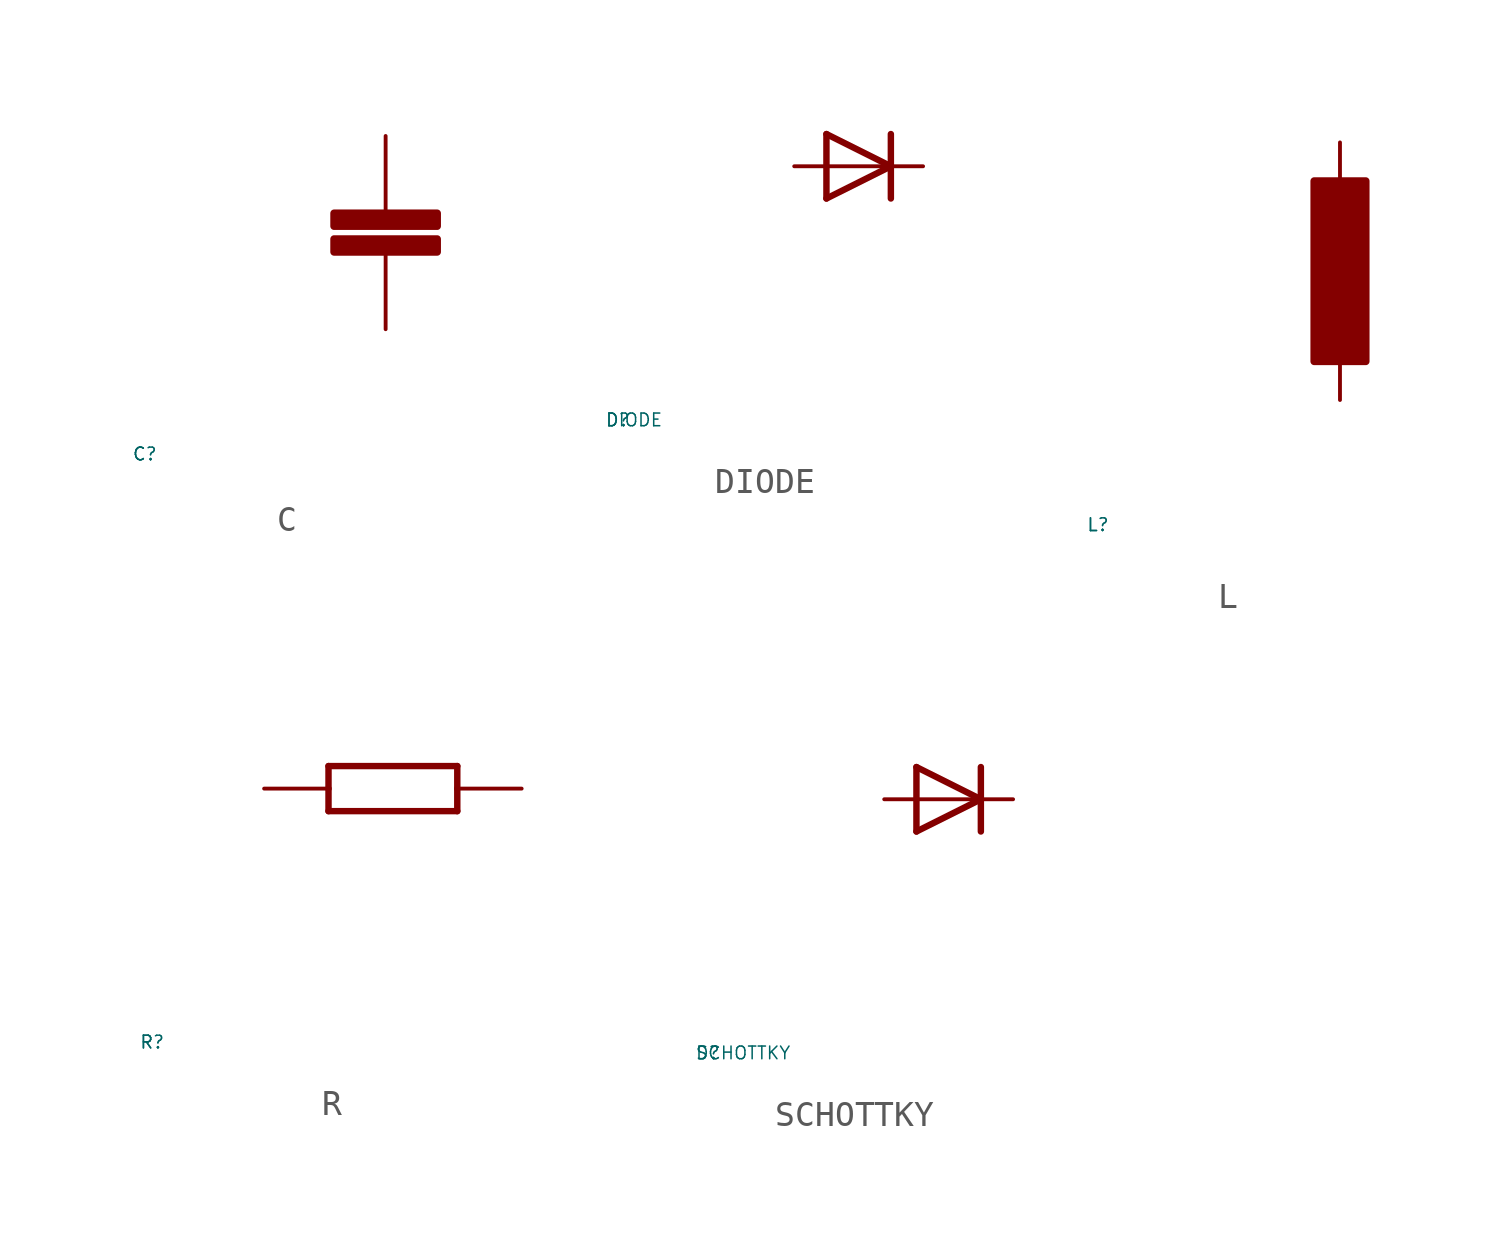
<source format=kicad_sym>
(kicad_symbol_lib
  (version 20220914)
  (generator Eagle2Kicad)
  (symbol "C"
    (property "Reference" "C"
      (at -10 -10 0)
      (effects (font (size 0.5 0.5) (thickness 0.06)) (justify left)))
    (property "Value" "C"
      (at -10 -10 0)
      (effects (font (size 0.5 0.5) (thickness 0.06)) (justify left)))
    (polyline
      (pts (xy 0 -5.08) (xy 0 -2.032))
      (stroke (width 0.152) (type default))
      (fill (type none)))
    (polyline
      (pts (xy 0 -0.508) (xy 0 2.54))
      (stroke (width 0.152) (type default))
      (fill (type none)))
    (rectangle
      (start -2.032 -2.032)
      (end 2.032 -1.524)
      (stroke (width 0.3) (type default))
      (fill (type outline)))
    (rectangle
      (start -2.032 -1.016)
      (end 2.032 -0.508)
      (stroke (width 0.3) (type default))
      (fill (type outline))))
  (symbol "DIODE"
    (property "Reference" "D"
      (at -10 -10 0)
      (effects (font (size 0.5 0.5) (thickness 0.06)) (justify left)))
    (property "Value" "DIODE"
      (at -10 -10 0)
      (effects (font (size 0.5 0.5) (thickness 0.06)) (justify left)))
    (polyline
      (pts (xy -1.27 -1.27) (xy 1.27 0))
      (stroke (width 0.254) (type default))
      (fill (type none)))
    (polyline
      (pts (xy 1.27 0) (xy -1.27 1.27))
      (stroke (width 0.254) (type default))
      (fill (type none)))
    (polyline
      (pts (xy 1.27 1.27) (xy 1.27 0))
      (stroke (width 0.254) (type default))
      (fill (type none)))
    (polyline
      (pts (xy -1.27 1.27) (xy -1.27 -1.27))
      (stroke (width 0.254) (type default))
      (fill (type none)))
    (polyline
      (pts (xy 1.27 0) (xy 1.27 -1.27))
      (stroke (width 0.254) (type default))
      (fill (type none)))
    (polyline
      (pts (xy -2.54 0) (xy 2.54 0))
      (stroke (width 0.152) (type default))
      (fill (type none))))
  (symbol "L"
    (property "Reference" "L"
      (at -10 -10 0)
      (effects (font (size 0.5 0.5) (thickness 0.06)) (justify left)))
    (property "Value" "L"
      (at -10 -10 0)
      (effects (font (size 0.5 0.5) (thickness 0.06)) (justify left)))
    (polyline
      (pts (xy 0 -5.08) (xy 0 -2.54))
      (stroke (width 0.152) (type default))
      (fill (type none)))
    (polyline
      (pts (xy 0 5.08) (xy 0 2.54))
      (stroke (width 0.152) (type default))
      (fill (type none)))
    (rectangle
      (start -1.016 -3.556)
      (end 1.016 3.556)
      (stroke (width 0.3) (type default))
      (fill (type outline))))
  (symbol "R"
    (property "Reference" "R"
      (at -10 -10 0)
      (effects (font (size 0.5 0.5) (thickness 0.06)) (justify left)))
    (property "Value" "R"
      (at -10 -10 0)
      (effects (font (size 0.5 0.5) (thickness 0.06)) (justify left)))
    (polyline
      (pts (xy -2.54 -0.889) (xy 2.54 -0.889))
      (stroke (width 0.254) (type default))
      (fill (type none)))
    (polyline
      (pts (xy 2.54 0.889) (xy -2.54 0.889))
      (stroke (width 0.254) (type default))
      (fill (type none)))
    (polyline
      (pts (xy 2.54 -0.889) (xy 2.54 0))
      (stroke (width 0.254) (type default))
      (fill (type none)))
    (polyline
      (pts (xy 2.54 0) (xy 2.54 0.889))
      (stroke (width 0.254) (type default))
      (fill (type none)))
    (polyline
      (pts (xy -2.54 -0.889) (xy -2.54 0))
      (stroke (width 0.254) (type default))
      (fill (type none)))
    (polyline
      (pts (xy -2.54 0) (xy -2.54 0.889))
      (stroke (width 0.254) (type default))
      (fill (type none)))
    (polyline
      (pts (xy -5.08 0) (xy -2.54 0))
      (stroke (width 0.152) (type default))
      (fill (type none)))
    (polyline
      (pts (xy 2.54 0) (xy 5.08 0))
      (stroke (width 0.152) (type default))
      (fill (type none))))
  (symbol "SCHOTTKY"
    (property "Reference" "D"
      (at -10 -10 0)
      (effects (font (size 0.5 0.5) (thickness 0.06)) (justify left)))
    (property "Value" "SCHOTTKY"
      (at -10 -10 0)
      (effects (font (size 0.5 0.5) (thickness 0.06)) (justify left)))
    (polyline
      (pts (xy -1.27 -1.27) (xy 1.27 0))
      (stroke (width 0.254) (type default))
      (fill (type none)))
    (polyline
      (pts (xy 1.27 0) (xy -1.27 1.27))
      (stroke (width 0.254) (type default))
      (fill (type none)))
    (polyline
      (pts (xy 1.27 1.27) (xy 1.27 0))
      (stroke (width 0.254) (type default))
      (fill (type none)))
    (polyline
      (pts (xy -1.27 1.27) (xy -1.27 -1.27))
      (stroke (width 0.254) (type default))
      (fill (type none)))
    (polyline
      (pts (xy 1.27 0) (xy 1.27 -1.27))
      (stroke (width 0.254) (type default))
      (fill (type none)))
    (polyline
      (pts (xy -2.54 0) (xy 2.54 0))
      (stroke (width 0.152) (type default))
      (fill (type none)))))
</source>
